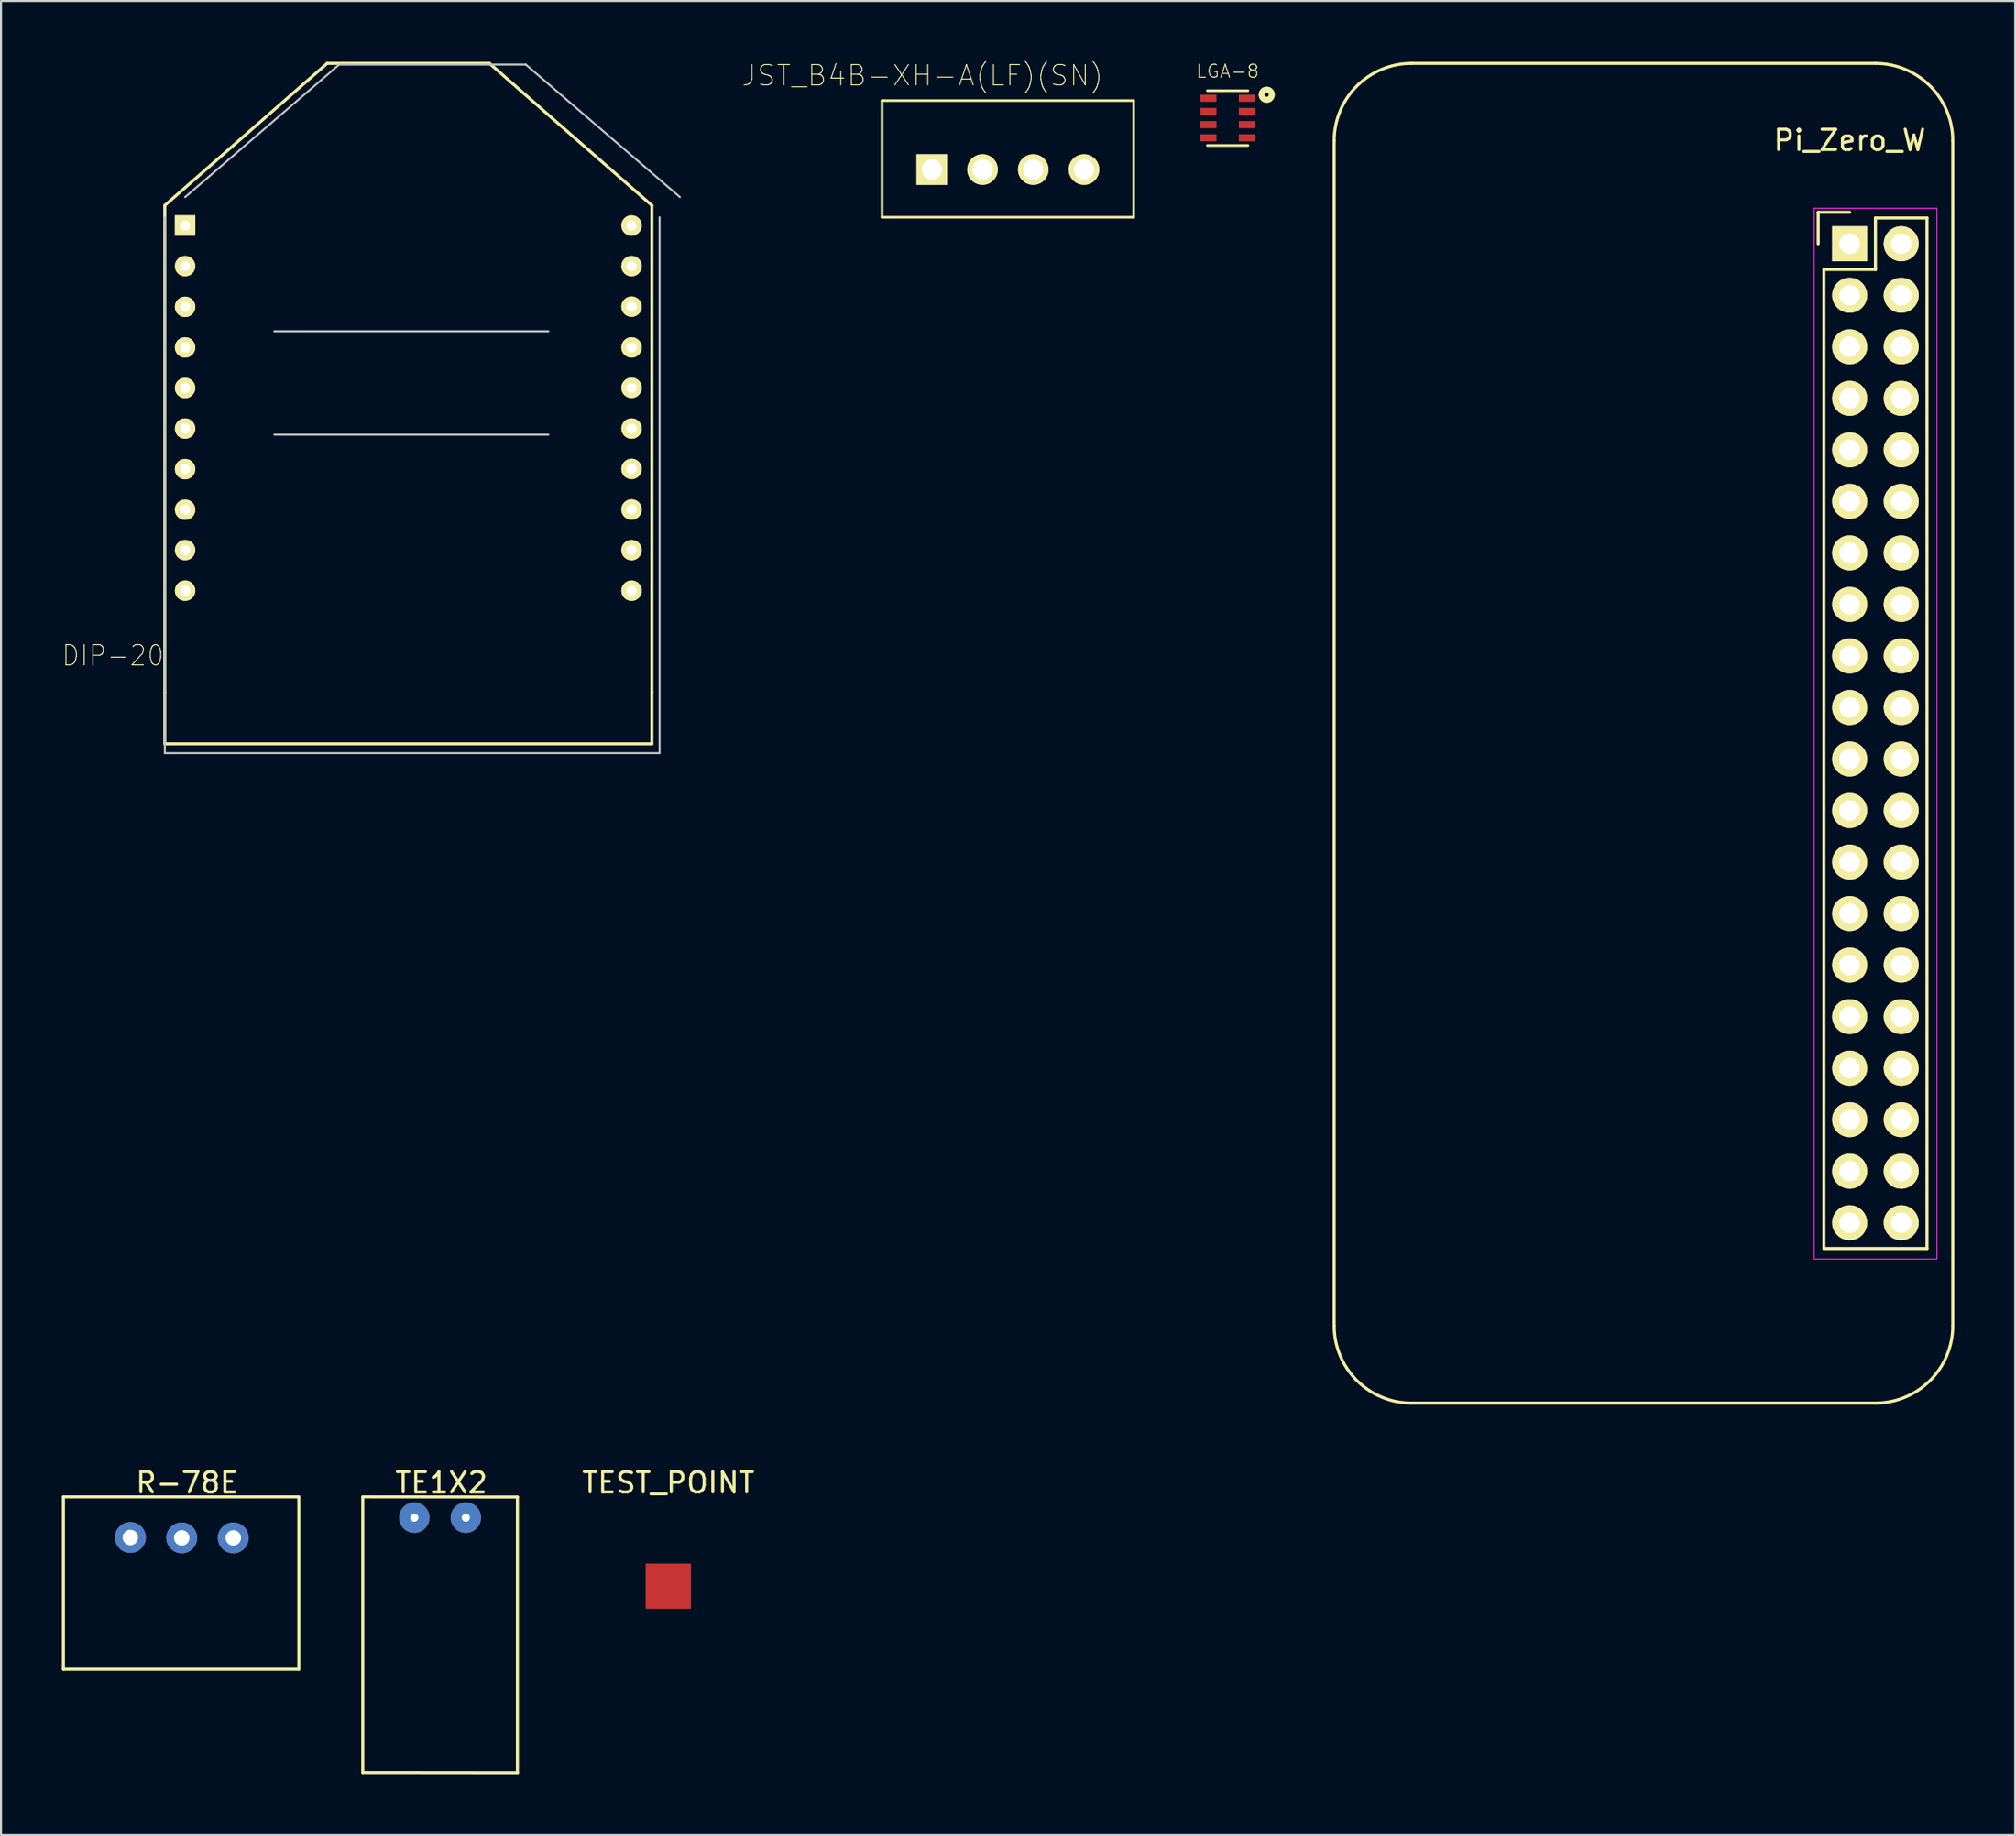
<source format=kicad_pcb>
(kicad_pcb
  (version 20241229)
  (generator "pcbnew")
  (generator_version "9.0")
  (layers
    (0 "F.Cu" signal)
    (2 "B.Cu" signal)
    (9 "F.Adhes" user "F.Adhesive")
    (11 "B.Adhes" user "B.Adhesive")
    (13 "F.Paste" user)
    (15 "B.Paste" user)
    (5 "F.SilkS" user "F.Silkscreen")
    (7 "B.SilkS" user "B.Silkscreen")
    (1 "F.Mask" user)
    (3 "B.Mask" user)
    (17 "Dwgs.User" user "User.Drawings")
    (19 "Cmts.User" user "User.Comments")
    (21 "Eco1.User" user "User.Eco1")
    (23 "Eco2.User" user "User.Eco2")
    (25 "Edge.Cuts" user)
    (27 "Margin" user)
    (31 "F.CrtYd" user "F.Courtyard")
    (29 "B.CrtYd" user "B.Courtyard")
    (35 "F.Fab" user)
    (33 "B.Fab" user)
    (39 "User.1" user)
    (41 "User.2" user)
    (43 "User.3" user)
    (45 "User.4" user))
  (footprint "Pi_Zero_W"
    (layer "F.Cu")
    (at 88.093 8.965)
    (property "Reference" "Pi_Zero_W" (at 0 -5.1 0) (layer "F.SilkS") (effects (font (size 1 1) (thickness 0.15))))
    (attr through_hole)
    (fp_line (start -25.4 -5.08) (end -25.4 53.34) (stroke (width 0.15) (type solid)) (layer "F.SilkS"))
    (fp_line (start -1.55 -1.55) (end -1.55 0) (stroke (width 0.15) (type solid)) (layer "F.SilkS"))
    (fp_line (start -1.27 1.27) (end -1.27 49.53) (stroke (width 0.15) (type solid)) (layer "F.SilkS"))
    (fp_line (start 0 -1.55) (end -1.55 -1.55) (stroke (width 0.15) (type solid)) (layer "F.SilkS"))
    (fp_line (start 1.27 -8.89) (end -21.59 -8.89) (stroke (width 0.15) (type solid)) (layer "F.SilkS"))
    (fp_line (start 1.27 -1.27) (end 1.27 1.27) (stroke (width 0.15) (type solid)) (layer "F.SilkS"))
    (fp_line (start 1.27 1.27) (end -1.27 1.27) (stroke (width 0.15) (type solid)) (layer "F.SilkS"))
    (fp_line (start 1.27 57.15) (end -21.59 57.15) (stroke (width 0.15) (type solid)) (layer "F.SilkS"))
    (fp_line (start 3.81 -1.27) (end 1.27 -1.27) (stroke (width 0.15) (type solid)) (layer "F.SilkS"))
    (fp_line (start 3.81 49.53) (end -1.27 49.53) (stroke (width 0.15) (type solid)) (layer "F.SilkS"))
    (fp_line (start 3.81 49.53) (end 3.81 -1.27) (stroke (width 0.15) (type solid)) (layer "F.SilkS"))
    (fp_line (start 5.08 -5.08) (end 5.08 53.34) (stroke (width 0.15) (type solid)) (layer "F.SilkS"))
    (fp_arc (start -25.4 -5.08) (mid -24.284077 -7.774077) (end -21.59 -8.89) (stroke (width 0.15) (type solid)) (layer "F.SilkS"))
    (fp_arc (start -21.59 57.15) (mid -24.284077 56.034077) (end -25.4 53.34) (stroke (width 0.15) (type solid)) (layer "F.SilkS"))
    (fp_arc (start 1.27 -8.89) (mid 3.964077 -7.774077) (end 5.08 -5.08) (stroke (width 0.15) (type solid)) (layer "F.SilkS"))
    (fp_arc (start 5.08 53.34) (mid 3.964077 56.034077) (end 1.27 57.15) (stroke (width 0.15) (type solid)) (layer "F.SilkS"))
    (fp_line (start -1.75 -1.75) (end -1.75 50.05) (stroke (width 0.05) (type solid)) (layer "F.CrtYd"))
    (fp_line (start -1.75 -1.75) (end 4.3 -1.75) (stroke (width 0.05) (type solid)) (layer "F.CrtYd"))
    (fp_line (start -1.75 50.05) (end 4.3 50.05) (stroke (width 0.05) (type solid)) (layer "F.CrtYd"))
    (fp_line (start 4.3 -1.75) (end 4.3 50.05) (stroke (width 0.05) (type solid)) (layer "F.CrtYd"))
    (pad "1" thru_hole rect (at 0 0) (size 1.727 1.727) (drill 1.016) (layers "*.Cu" "*.Mask" "F.SilkS"))
    (pad "2" thru_hole oval (at 0 2.54) (size 1.727 1.727) (drill 1.016) (layers "*.Cu" "*.Mask" "F.SilkS"))
    (pad "3" thru_hole oval (at 0 5.08) (size 1.727 1.727) (drill 1.016) (layers "*.Cu" "*.Mask" "F.SilkS"))
    (pad "4" thru_hole oval (at 0 7.62) (size 1.727 1.727) (drill 1.016) (layers "*.Cu" "*.Mask" "F.SilkS"))
    (pad "5" thru_hole oval (at 0 10.16) (size 1.727 1.727) (drill 1.016) (layers "*.Cu" "*.Mask" "F.SilkS"))
    (pad "6" thru_hole oval (at 0 12.7) (size 1.727 1.727) (drill 1.016) (layers "*.Cu" "*.Mask" "F.SilkS"))
    (pad "7" thru_hole oval (at 0 15.24) (size 1.727 1.727) (drill 1.016) (layers "*.Cu" "*.Mask" "F.SilkS"))
    (pad "8" thru_hole oval (at 0 17.78) (size 1.727 1.727) (drill 1.016) (layers "*.Cu" "*.Mask" "F.SilkS"))
    (pad "9" thru_hole oval (at 0 20.32) (size 1.727 1.727) (drill 1.016) (layers "*.Cu" "*.Mask" "F.SilkS"))
    (pad "10" thru_hole oval (at 0 22.86) (size 1.727 1.727) (drill 1.016) (layers "*.Cu" "*.Mask" "F.SilkS"))
    (pad "11" thru_hole oval (at 0 25.4) (size 1.727 1.727) (drill 1.016) (layers "*.Cu" "*.Mask" "F.SilkS"))
    (pad "12" thru_hole oval (at 0 27.94) (size 1.727 1.727) (drill 1.016) (layers "*.Cu" "*.Mask" "F.SilkS"))
    (pad "13" thru_hole oval (at 0 30.48) (size 1.727 1.727) (drill 1.016) (layers "*.Cu" "*.Mask" "F.SilkS"))
    (pad "14" thru_hole oval (at 0 33.02) (size 1.727 1.727) (drill 1.016) (layers "*.Cu" "*.Mask" "F.SilkS"))
    (pad "15" thru_hole oval (at 0 35.56) (size 1.727 1.727) (drill 1.016) (layers "*.Cu" "*.Mask" "F.SilkS"))
    (pad "16" thru_hole oval (at 0 38.1) (size 1.727 1.727) (drill 1.016) (layers "*.Cu" "*.Mask" "F.SilkS"))
    (pad "17" thru_hole oval (at 0 40.64) (size 1.727 1.727) (drill 1.016) (layers "*.Cu" "*.Mask" "F.SilkS"))
    (pad "18" thru_hole oval (at 0 43.18) (size 1.727 1.727) (drill 1.016) (layers "*.Cu" "*.Mask" "F.SilkS"))
    (pad "19" thru_hole oval (at 0 45.72) (size 1.727 1.727) (drill 1.016) (layers "*.Cu" "*.Mask" "F.SilkS"))
    (pad "20" thru_hole oval (at 0 48.26) (size 1.727 1.727) (drill 1.016) (layers "*.Cu" "*.Mask" "F.SilkS"))
    (pad "21" thru_hole oval (at 2.54 0) (size 1.727 1.727) (drill 1.016) (layers "*.Cu" "*.Mask" "F.SilkS"))
    (pad "22" thru_hole oval (at 2.54 2.54) (size 1.727 1.727) (drill 1.016) (layers "*.Cu" "*.Mask" "F.SilkS"))
    (pad "23" thru_hole oval (at 2.54 5.08) (size 1.727 1.727) (drill 1.016) (layers "*.Cu" "*.Mask" "F.SilkS"))
    (pad "24" thru_hole oval (at 2.54 7.62) (size 1.727 1.727) (drill 1.016) (layers "*.Cu" "*.Mask" "F.SilkS"))
    (pad "25" thru_hole oval (at 2.54 10.16) (size 1.727 1.727) (drill 1.016) (layers "*.Cu" "*.Mask" "F.SilkS"))
    (pad "26" thru_hole oval (at 2.54 12.7) (size 1.727 1.727) (drill 1.016) (layers "*.Cu" "*.Mask" "F.SilkS"))
    (pad "27" thru_hole oval (at 2.54 15.24) (size 1.727 1.727) (drill 1.016) (layers "*.Cu" "*.Mask" "F.SilkS"))
    (pad "28" thru_hole oval (at 2.54 17.78) (size 1.727 1.727) (drill 1.016) (layers "*.Cu" "*.Mask" "F.SilkS"))
    (pad "29" thru_hole oval (at 2.54 20.32) (size 1.727 1.727) (drill 1.016) (layers "*.Cu" "*.Mask" "F.SilkS"))
    (pad "30" thru_hole oval (at 2.54 22.86) (size 1.727 1.727) (drill 1.016) (layers "*.Cu" "*.Mask" "F.SilkS"))
    (pad "31" thru_hole oval (at 2.54 25.4) (size 1.727 1.727) (drill 1.016) (layers "*.Cu" "*.Mask" "F.SilkS"))
    (pad "32" thru_hole oval (at 2.54 27.94) (size 1.727 1.727) (drill 1.016) (layers "*.Cu" "*.Mask" "F.SilkS"))
    (pad "33" thru_hole oval (at 2.54 30.48) (size 1.727 1.727) (drill 1.016) (layers "*.Cu" "*.Mask" "F.SilkS"))
    (pad "34" thru_hole oval (at 2.54 33.02) (size 1.727 1.727) (drill 1.016) (layers "*.Cu" "*.Mask" "F.SilkS"))
    (pad "35" thru_hole oval (at 2.54 35.56) (size 1.727 1.727) (drill 1.016) (layers "*.Cu" "*.Mask" "F.SilkS"))
    (pad "36" thru_hole oval (at 2.54 38.1) (size 1.727 1.727) (drill 1.016) (layers "*.Cu" "*.Mask" "F.SilkS"))
    (pad "37" thru_hole oval (at 2.54 40.64) (size 1.727 1.727) (drill 1.016) (layers "*.Cu" "*.Mask" "F.SilkS"))
    (pad "38" thru_hole oval (at 2.54 43.18) (size 1.727 1.727) (drill 1.016) (layers "*.Cu" "*.Mask" "F.SilkS"))
    (pad "39" thru_hole oval (at 2.54 45.72) (size 1.727 1.727) (drill 1.016) (layers "*.Cu" "*.Mask" "F.SilkS"))
    (pad "40" thru_hole oval (at 2.54 48.26) (size 1.727 1.727) (drill 1.016) (layers "*.Cu" "*.Mask" "F.SilkS")))
  (footprint "JST_B4B-XH-A(LF)(SN)"
    (layer "F.Cu")
    (at 46.614 5.308)
    (property "Reference" "JST_B4B-XH-A(LF)(SN)" (at -4.21 -4.635 0) (layer "F.SilkS") (effects (font (size 1 1) (thickness 0.05))))
    (attr through_hole)
    (fp_line (start -6.2 -3.4) (end -6.2 2.35) (stroke (width 0.127) (type solid)) (layer "F.SilkS"))
    (fp_line (start -6.2 2.35) (end 6.2 2.35) (stroke (width 0.127) (type solid)) (layer "F.SilkS"))
    (fp_line (start 6.2 -3.4) (end -6.2 -3.4) (stroke (width 0.127) (type solid)) (layer "F.SilkS"))
    (fp_line (start 6.2 2.35) (end 6.2 -3.4) (stroke (width 0.127) (type solid)) (layer "F.SilkS"))
    (pad "1" thru_hole rect (at -3.75 0) (size 1.508 1.508) (drill 1) (layers "*.Cu" "*.Mask" "F.SilkS"))
    (pad "2" thru_hole circle (at -1.25 0) (size 1.508 1.508) (drill 1) (layers "*.Cu" "*.Mask" "F.SilkS"))
    (pad "3" thru_hole circle (at 1.25 0) (size 1.508 1.508) (drill 1) (layers "*.Cu" "*.Mask" "F.SilkS"))
    (pad "4" thru_hole circle (at 3.75 0) (size 1.508 1.508) (drill 1) (layers "*.Cu" "*.Mask" "F.SilkS")))
  (footprint "TEST_POINT"
    (layer "F.Cu")
    (at 29.883 75.138)
    (property "Reference" "TEST_POINT" (at 0 -5.1 0) (layer "F.SilkS") (effects (font (size 1 1) (thickness 0.15))))
    (attr through_hole)
    (pad "1" smd rect (at 0 0) (size 2.235 2.235) (layers "F.Cu" "F.Mask" "F.Paste")))
  (footprint "DIP-20"
    (layer "F.Cu")
    (at 6.07 33.075)
    (property "Reference" "DIP-20" (at -3.556 -3.81 0) (layer "F.SilkS") (effects (font (size 1 0.9) (thickness 0.05))))
    (attr through_hole)
    (fp_line (start -1 -26) (end 7 -33) (stroke (width 0.15) (type solid)) (layer "F.SilkS"))
    (fp_line (start -1 -2) (end -1 -26) (stroke (width 0.15) (type solid)) (layer "F.SilkS"))
    (fp_line (start -1 -2) (end -1 0.54) (stroke (width 0.15) (type solid)) (layer "F.SilkS"))
    (fp_line (start -1 0.54) (end 23 0.54) (stroke (width 0.15) (type solid)) (layer "F.SilkS"))
    (fp_line (start 7 -33) (end 15 -33) (stroke (width 0.15) (type solid)) (layer "F.SilkS"))
    (fp_line (start 15 -33) (end 23 -26) (stroke (width 0.15) (type solid)) (layer "F.SilkS"))
    (fp_line (start 23 -2) (end 23 -26) (stroke (width 0.15) (type solid)) (layer "F.SilkS"))
    (fp_line (start 23 -2) (end 23 0.54) (stroke (width 0.15) (type solid)) (layer "F.SilkS"))
    (fp_line (start -0.998 -25.41) (end -0.998 0.999) (stroke (width 0.1) (type solid)) (layer "Dwgs.User"))
    (fp_line (start -0.998 0.999) (end 23.381 0.999) (stroke (width 0.1) (type solid)) (layer "Dwgs.User"))
    (fp_line (start 4.4 -19.8) (end 17.9 -19.8) (stroke (width 0.1) (type solid)) (layer "Dwgs.User"))
    (fp_line (start 4.4 -14.7) (end 17.9 -14.7) (stroke (width 0.1) (type solid)) (layer "Dwgs.User"))
    (fp_line (start 7.593 -32.941) (end 0.002 -26.41) (stroke (width 0.1) (type solid)) (layer "Dwgs.User"))
    (fp_line (start 16.791 -32.941) (end 7.593 -32.941) (stroke (width 0.1) (type solid)) (layer "Dwgs.User"))
    (fp_line (start 23.381 0.999) (end 23.381 -25.411) (stroke (width 0.1) (type solid)) (layer "Dwgs.User"))
    (fp_line (start 24.381 -26.411) (end 16.791 -32.941) (stroke (width 0.1) (type solid)) (layer "Dwgs.User"))
    (pad "1" thru_hole rect (at 0 -25.009) (size 1.008 1.008) (drill 0.5) (layers "*.Cu" "*.Mask" "F.SilkS"))
    (pad "2" thru_hole circle (at 0 -23.009) (size 1.008 1.008) (drill 0.5) (layers "*.Cu" "*.Mask" "F.SilkS"))
    (pad "3" thru_hole circle (at 0 -21) (size 1.008 1.008) (drill 0.5) (layers "*.Cu" "*.Mask" "F.SilkS"))
    (pad "4" thru_hole circle (at 0 -19) (size 1.008 1.008) (drill 0.5) (layers "*.Cu" "*.Mask" "F.SilkS"))
    (pad "5" thru_hole circle (at 0 -17) (size 1.008 1.008) (drill 0.5) (layers "*.Cu" "*.Mask" "F.SilkS"))
    (pad "6" thru_hole circle (at 0 -15) (size 1.008 1.008) (drill 0.5) (layers "*.Cu" "*.Mask" "F.SilkS"))
    (pad "7" thru_hole circle (at 0 -13) (size 1.008 1.008) (drill 0.5) (layers "*.Cu" "*.Mask" "F.SilkS"))
    (pad "8" thru_hole circle (at 0 -11) (size 1.008 1.008) (drill 0.5) (layers "*.Cu" "*.Mask" "F.SilkS"))
    (pad "9" thru_hole circle (at 0 -9.009) (size 1.008 1.008) (drill 0.5) (layers "*.Cu" "*.Mask" "F.SilkS"))
    (pad "10" thru_hole circle (at 0 -7.009) (size 1.008 1.008) (drill 0.5) (layers "*.Cu" "*.Mask" "F.SilkS"))
    (pad "11" thru_hole circle (at 22 -7.009) (size 1.008 1.008) (drill 0.5) (layers "*.Cu" "*.Mask" "F.SilkS"))
    (pad "12" thru_hole circle (at 22 -9.009) (size 1.008 1.008) (drill 0.5) (layers "*.Cu" "*.Mask" "F.SilkS"))
    (pad "13" thru_hole circle (at 22 -11.009) (size 1.008 1.008) (drill 0.5) (layers "*.Cu" "*.Mask" "F.SilkS"))
    (pad "14" thru_hole circle (at 22 -13.009) (size 1.008 1.008) (drill 0.5) (layers "*.Cu" "*.Mask" "F.SilkS"))
    (pad "15" thru_hole circle (at 22 -15) (size 1.008 1.008) (drill 0.5) (layers "*.Cu" "*.Mask" "F.SilkS"))
    (pad "16" thru_hole circle (at 22 -17.009) (size 1.008 1.008) (drill 0.5) (layers "*.Cu" "*.Mask" "F.SilkS"))
    (pad "17" thru_hole circle (at 22 -19) (size 1.008 1.008) (drill 0.5) (layers "*.Cu" "*.Mask" "F.SilkS"))
    (pad "18" thru_hole circle (at 22 -21.009) (size 1.008 1.008) (drill 0.5) (layers "*.Cu" "*.Mask" "F.SilkS"))
    (pad "19" thru_hole circle (at 22 -23.009) (size 1.008 1.008) (drill 0.5) (layers "*.Cu" "*.Mask" "F.SilkS"))
    (pad "20" thru_hole circle (at 22 -25.009) (size 1.008 1.008) (drill 0.5) (layers "*.Cu" "*.Mask" "F.SilkS")))
  (footprint "R-78E"
    (layer "F.Cu")
    (at 5.775 70.938)
    (property "Reference" "R-78E" (at 0.4 -0.9 0) (layer "F.SilkS") (effects (font (size 1 1) (thickness 0.15))))
    (attr through_hole)
    (fp_line (start -5.7 -0.2) (end 5.9 -0.2) (stroke (width 0.15) (type solid)) (layer "F.SilkS"))
    (fp_line (start -5.7 8.3) (end -5.7 -0.2) (stroke (width 0.15) (type solid)) (layer "F.SilkS"))
    (fp_line (start -5.7 8.3) (end 5.9 8.3) (stroke (width 0.15) (type solid)) (layer "F.SilkS"))
    (fp_line (start 5.9 8.3) (end 5.9 -0.2) (stroke (width 0.15) (type solid)) (layer "F.SilkS"))
    (pad "1" thru_hole circle (at 2.67 1.82) (size 1.524 1.524) (drill 0.762) (layers "*.Cu" "*.Mask"))
    (pad "2" thru_hole circle (at 0.13 1.82) (size 1.524 1.524) (drill 0.762) (layers "*.Cu" "*.Mask"))
    (pad "3" thru_hole circle (at -2.4 1.8) (size 1.524 1.524) (drill 0.762) (layers "*.Cu" "*.Mask")))
  (footprint "LGA-8"
    (layer "F.Cu")
    (at 57.443 2.769)
    (property "Reference" "LGA-8" (at 0 -2.306 0) (layer "F.SilkS") (effects (font (size 0.64 0.64) (thickness 0.05))))
    (attr smd)
    (fp_line (start -1 -1.35) (end 1 -1.35) (stroke (width 0.127) (type solid)) (layer "F.SilkS"))
    (fp_line (start -1 1.35) (end 1 1.35) (stroke (width 0.127) (type solid)) (layer "F.SilkS"))
    (fp_circle (center 1.925 -1.15) (end 2.025 -1.15) (stroke (width 0.3) (type solid)) (fill no) (layer "F.SilkS"))
    (pad "1" smd rect (at 0.95 -0.975) (size 0.8 0.35) (layers "F.Cu" "F.Mask" "F.Paste"))
    (pad "2" smd rect (at 0.95 -0.325) (size 0.8 0.35) (layers "F.Cu" "F.Mask" "F.Paste"))
    (pad "3" smd rect (at 0.95 0.325) (size 0.8 0.35) (layers "F.Cu" "F.Mask" "F.Paste"))
    (pad "4" smd rect (at 0.95 0.975) (size 0.8 0.35) (layers "F.Cu" "F.Mask" "F.Paste"))
    (pad "5" smd rect (at -0.95 0.975) (size 0.8 0.35) (layers "F.Cu" "F.Mask" "F.Paste"))
    (pad "6" smd rect (at -0.95 0.325) (size 0.8 0.35) (layers "F.Cu" "F.Mask" "F.Paste"))
    (pad "7" smd rect (at -0.95 -0.325) (size 0.8 0.35) (layers "F.Cu" "F.Mask" "F.Paste"))
    (pad "8" smd rect (at -0.95 -0.975) (size 0.8 0.35) (layers "F.Cu" "F.Mask" "F.Paste")))
  (footprint "TE1X2"
    (layer "F.Cu")
    (at 18.698 69.538)
    (property "Reference" "TE1X2" (at 0 0.5 0) (layer "F.SilkS") (effects (font (size 1 1) (thickness 0.15))))
    (attr through_hole)
    (fp_line (start -3.873 14.788) (end -3.873 1.198) (stroke (width 0.15) (type solid)) (layer "F.SilkS"))
    (fp_line (start -3.873 14.788) (end 3.747 14.796) (stroke (width 0.15) (type solid)) (layer "F.SilkS"))
    (fp_line (start 3.747 1.206) (end -3.873 1.198) (stroke (width 0.15) (type solid)) (layer "F.SilkS"))
    (fp_line (start 3.747 14.796) (end 3.747 1.206) (stroke (width 0.15) (type solid)) (layer "F.SilkS"))
    (pad "1" thru_hole circle (at -1.333 2.223) (size 1.5 1.5) (drill 0.4) (layers "*.Cu" "*.Mask"))
    (pad "2" thru_hole circle (at 1.206 2.223) (size 1.5 1.5) (drill 0.4) (layers "*.Cu" "*.Mask")))
  (gr_rect
    (start -3 -3)
    (end 96.248 87.409)
    (stroke (width 0.1) (type default))
    (fill no)
    (layer "Edge.Cuts")))
</source>
